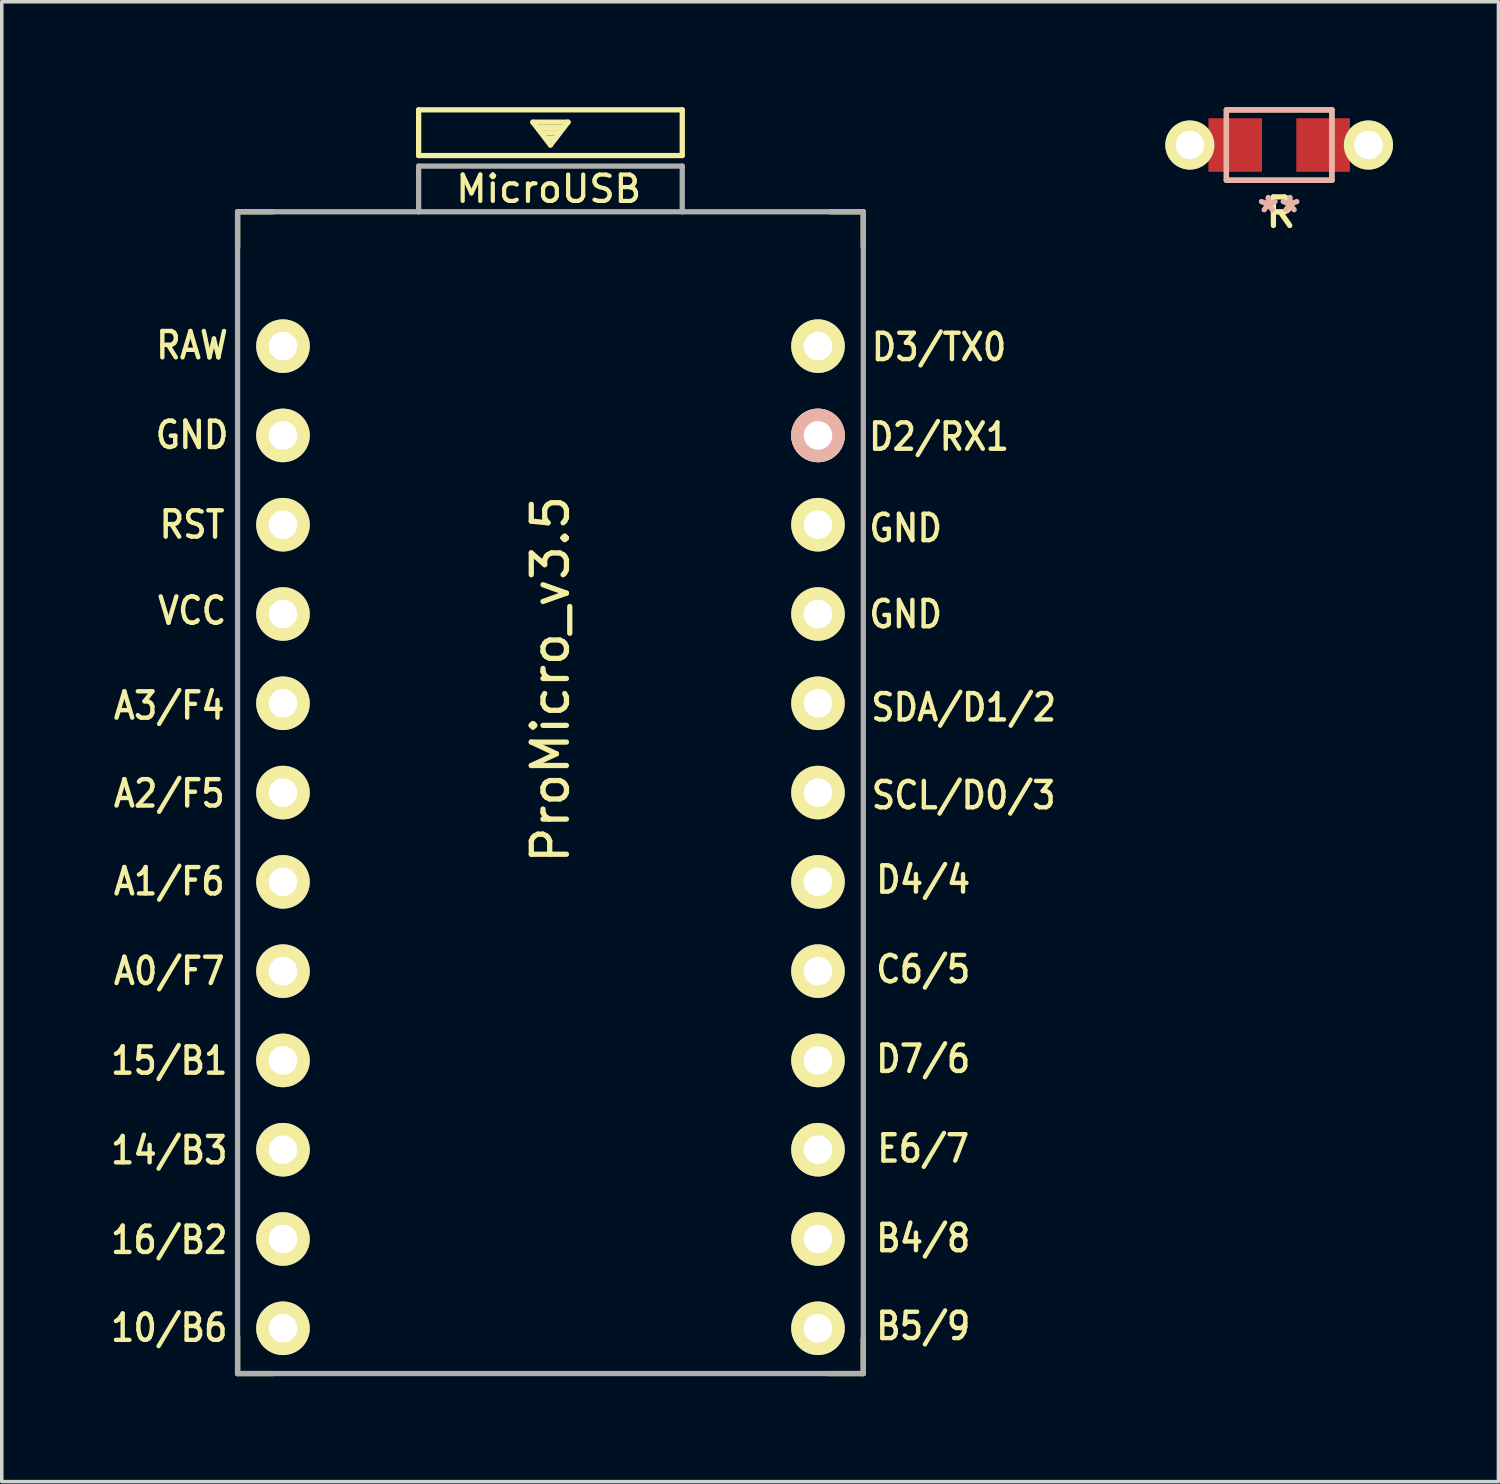
<source format=kicad_pcb>
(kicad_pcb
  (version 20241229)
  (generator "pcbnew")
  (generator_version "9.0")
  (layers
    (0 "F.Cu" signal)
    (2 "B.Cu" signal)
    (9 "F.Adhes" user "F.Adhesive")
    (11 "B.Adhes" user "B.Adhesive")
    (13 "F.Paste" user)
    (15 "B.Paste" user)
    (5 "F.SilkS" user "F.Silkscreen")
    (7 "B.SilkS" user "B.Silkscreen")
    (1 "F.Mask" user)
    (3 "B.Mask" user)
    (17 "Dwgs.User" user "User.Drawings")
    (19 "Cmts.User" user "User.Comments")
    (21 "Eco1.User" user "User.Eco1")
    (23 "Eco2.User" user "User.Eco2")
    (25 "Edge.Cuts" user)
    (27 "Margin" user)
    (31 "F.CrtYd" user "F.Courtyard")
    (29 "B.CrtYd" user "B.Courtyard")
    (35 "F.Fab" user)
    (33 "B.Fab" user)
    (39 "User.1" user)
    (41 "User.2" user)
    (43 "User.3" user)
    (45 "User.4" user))
  (footprint "ProMicro_v3.5"
    (layer "F.Cu")
    (at 12.609 21.275)
    (property "Reference" "ProMicro_v3.5" (at 0 -5 270) (layer "F.SilkS") (effects (font (size 1 1) (thickness 0.15))))
    (attr through_hole)
    (fp_line (start -8.9 -18.3) (end -8.9 -17.3) (stroke (width 0.15) (type solid)) (layer "F.SilkS"))
    (fp_line (start -8.9 -18.3) (end -7.9 -18.3) (stroke (width 0.15) (type solid)) (layer "F.SilkS"))
    (fp_line (start -8.9 13.7) (end -8.9 14.75) (stroke (width 0.15) (type solid)) (layer "F.SilkS"))
    (fp_line (start -8.9 14.75) (end -7.9 14.75) (stroke (width 0.15) (type solid)) (layer "F.SilkS"))
    (fp_line (start -3.75 -21.2) (end -3.75 -19.9) (stroke (width 0.15) (type solid)) (layer "F.SilkS"))
    (fp_line (start -3.75 -19.9) (end 3.75 -19.9) (stroke (width 0.15) (type solid)) (layer "F.SilkS"))
    (fp_line (start -0.5 -20.85) (end 0.5 -20.85) (stroke (width 0.15) (type solid)) (layer "F.SilkS"))
    (fp_line (start -0.35 -20.7) (end 0.35 -20.7) (stroke (width 0.15) (type solid)) (layer "F.SilkS"))
    (fp_line (start -0.25 -20.55) (end 0.25 -20.55) (stroke (width 0.15) (type solid)) (layer "F.SilkS"))
    (fp_line (start -0.15 -20.4) (end 0.15 -20.4) (stroke (width 0.15) (type solid)) (layer "F.SilkS"))
    (fp_line (start 0 -20.2) (end -0.5 -20.85) (stroke (width 0.15) (type solid)) (layer "F.SilkS"))
    (fp_line (start 0.5 -20.85) (end 0 -20.2) (stroke (width 0.15) (type solid)) (layer "F.SilkS"))
    (fp_line (start 3.75 -21.2) (end -3.75 -21.2) (stroke (width 0.15) (type solid)) (layer "F.SilkS"))
    (fp_line (start 3.75 -19.9) (end 3.75 -21.2) (stroke (width 0.15) (type solid)) (layer "F.SilkS"))
    (fp_line (start 8.9 -18.3) (end 7.95 -18.3) (stroke (width 0.15) (type solid)) (layer "F.SilkS"))
    (fp_line (start 8.9 -18.3) (end 8.9 -17.3) (stroke (width 0.15) (type solid)) (layer "F.SilkS"))
    (fp_line (start 8.9 13.75) (end 8.9 14.75) (stroke (width 0.15) (type solid)) (layer "F.SilkS"))
    (fp_line (start 8.9 14.75) (end 7.89 14.75) (stroke (width 0.15) (type solid)) (layer "F.SilkS"))
    (fp_line (start -8.9 -18.3) (end -3.75 -18.3) (stroke (width 0.15) (type solid)) (layer "F.Fab"))
    (fp_line (start -8.9 14.75) (end -8.9 -18.3) (stroke (width 0.15) (type solid)) (layer "F.Fab"))
    (fp_line (start -3.75 -19.6) (end -3.75 -18.299) (stroke (width 0.15) (type solid)) (layer "F.Fab"))
    (fp_line (start -3.75 -19.6) (end 3.75 -19.6) (stroke (width 0.15) (type solid)) (layer "F.Fab"))
    (fp_line (start -3.75 -18.3) (end 3.75 -18.3) (stroke (width 0.15) (type solid)) (layer "F.Fab"))
    (fp_line (start 3.75 -19.6) (end 3.75 -18.3) (stroke (width 0.15) (type solid)) (layer "F.Fab"))
    (fp_line (start 3.76 -18.3) (end 8.9 -18.3) (stroke (width 0.15) (type solid)) (layer "F.Fab"))
    (fp_line (start 8.9 -18.3) (end 8.9 14.75) (stroke (width 0.15) (type solid)) (layer "F.Fab"))
    (fp_line (start 8.9 14.75) (end -8.9 14.75) (stroke (width 0.15) (type solid)) (layer "F.Fab"))
    (fp_text user "A2/F5" (at -10.845 -1.75 0) (unlocked yes) (layer "F.SilkS") (effects (font (size 0.75 0.67) (thickness 0.125))))
    (fp_text user "GND" (at 10.105 -6.85 0) (unlocked yes) (layer "F.SilkS") (effects (font (size 0.75 0.67) (thickness 0.125))))
    (fp_text user "14/B3" (at -10.845 8.4 0) (unlocked yes) (layer "F.SilkS") (effects (font (size 0.75 0.67) (thickness 0.125))))
    (fp_text user "" (at -0.545 -17.4 0) (layer "F.SilkS") (effects (font (size 1 1) (thickness 0.15))))
    (fp_text user "D4/4" (at 10.605 0.7 0) (unlocked yes) (layer "F.SilkS") (effects (font (size 0.75 0.67) (thickness 0.125))))
    (fp_text user "A3/F4" (at -10.845 -4.25 0) (unlocked yes) (layer "F.SilkS") (effects (font (size 0.75 0.67) (thickness 0.125))))
    (fp_text user "A0/F7" (at -10.845 3.3 0) (unlocked yes) (layer "F.SilkS") (effects (font (size 0.75 0.67) (thickness 0.125))))
    (fp_text user "SDA/D1/2" (at 11.755 -4.2 0) (unlocked yes) (layer "F.SilkS") (effects (font (size 0.75 0.67) (thickness 0.125))))
    (fp_text user "E6/7" (at 10.605 8.35 0) (unlocked yes) (layer "F.SilkS") (effects (font (size 0.75 0.67) (thickness 0.125))))
    (fp_text user "B5/9" (at 10.605 13.4 0) (unlocked yes) (layer "F.SilkS") (effects (font (size 0.75 0.67) (thickness 0.125))))
    (fp_text user "D7/6" (at 10.605 5.8 0) (unlocked yes) (layer "F.SilkS") (effects (font (size 0.75 0.67) (thickness 0.125))))
    (fp_text user "MicroUSB" (at -0.05 -18.95 0) (layer "F.SilkS") (effects (font (size 0.75 0.75) (thickness 0.12))))
    (fp_text user "16/B2" (at -10.845 10.95 0) (unlocked yes) (layer "F.SilkS") (effects (font (size 0.75 0.67) (thickness 0.125))))
    (fp_text user "A1/F6" (at -10.845 0.75 0) (unlocked yes) (layer "F.SilkS") (effects (font (size 0.75 0.67) (thickness 0.125))))
    (fp_text user "GND" (at 10.105 -9.3 0) (unlocked yes) (layer "F.SilkS") (effects (font (size 0.75 0.67) (thickness 0.125))))
    (fp_text user "RST" (at -10.195 -9.4 0) (unlocked yes) (layer "F.SilkS") (effects (font (size 0.75 0.67) (thickness 0.125))))
    (fp_text user "VCC" (at -10.195 -6.95 0) (unlocked yes) (layer "F.SilkS") (effects (font (size 0.75 0.67) (thickness 0.125))))
    (fp_text user "B4/8" (at 10.605 10.9 0) (unlocked yes) (layer "F.SilkS") (effects (font (size 0.75 0.67) (thickness 0.125))))
    (fp_text user "D2/RX1" (at 11.055 -11.9 0) (unlocked yes) (layer "F.SilkS") (effects (font (size 0.75 0.67) (thickness 0.125))))
    (fp_text user "SCL/D0/3" (at 11.755 -1.7 0) (unlocked yes) (layer "F.SilkS") (effects (font (size 0.75 0.67) (thickness 0.125))))
    (fp_text user "RAW" (at -10.195 -14.5 0) (unlocked yes) (layer "F.SilkS") (effects (font (size 0.75 0.67) (thickness 0.125))))
    (fp_text user "15/B1" (at -10.845 5.85 0) (unlocked yes) (layer "F.SilkS") (effects (font (size 0.75 0.67) (thickness 0.125))))
    (fp_text user "GND" (at -10.195 -11.95 0) (unlocked yes) (layer "F.SilkS") (effects (font (size 0.75 0.67) (thickness 0.125))))
    (fp_text user "C6/5" (at 10.605 3.25 0) (unlocked yes) (layer "F.SilkS") (effects (font (size 0.75 0.67) (thickness 0.125))))
    (fp_text user "D3/TX0" (at 11.055 -14.45 0) (unlocked yes) (layer "F.SilkS") (effects (font (size 0.75 0.67) (thickness 0.125))))
    (fp_text user "10/B6" (at -10.845 13.45 0) (unlocked yes) (layer "F.SilkS") (effects (font (size 0.75 0.67) (thickness 0.125))))
    (fp_text user "" (at -1.252 -16.256 0) (layer "B.SilkS") (effects (font (size 1 1) (thickness 0.15)) (justify mirror)))
    (pad "1" thru_hole circle (at 7.611 -14.478) (size 1.524 1.524) (drill 0.813) (layers "*.Cu" "B.Mask" "F.SilkS"))
    (pad "2" thru_hole circle (at 7.611 -11.938) (size 1.524 1.524) (drill 0.813) (layers "*.Cu" "*.SilkS" "*.Mask"))
    (pad "3" thru_hole circle (at 7.611 -9.398) (size 1.524 1.524) (drill 0.813) (layers "*.Cu" "B.Mask" "F.SilkS"))
    (pad "4" thru_hole circle (at 7.611 -6.858) (size 1.524 1.524) (drill 0.813) (layers "*.Cu" "B.Mask" "F.SilkS"))
    (pad "5" thru_hole circle (at 7.611 -4.318) (size 1.524 1.524) (drill 0.813) (layers "*.Cu" "B.Mask" "F.SilkS"))
    (pad "6" thru_hole circle (at 7.611 -1.778) (size 1.524 1.524) (drill 0.813) (layers "*.Cu" "B.Mask" "F.SilkS"))
    (pad "7" thru_hole circle (at 7.611 0.762) (size 1.524 1.524) (drill 0.813) (layers "*.Cu" "B.Mask" "F.SilkS"))
    (pad "8" thru_hole circle (at 7.611 3.302) (size 1.524 1.524) (drill 0.813) (layers "*.Cu" "B.Mask" "F.SilkS"))
    (pad "9" thru_hole circle (at 7.611 5.842) (size 1.524 1.524) (drill 0.813) (layers "*.Cu" "B.Mask" "F.SilkS"))
    (pad "10" thru_hole circle (at 7.611 8.382) (size 1.524 1.524) (drill 0.813) (layers "*.Cu" "B.Mask" "F.SilkS"))
    (pad "11" thru_hole circle (at 7.611 10.922) (size 1.524 1.524) (drill 0.813) (layers "*.Cu" "B.Mask" "F.SilkS"))
    (pad "12" thru_hole circle (at 7.611 13.462) (size 1.524 1.524) (drill 0.813) (layers "*.Cu" "B.Mask" "F.SilkS"))
    (pad "13" thru_hole circle (at -7.609 13.462) (size 1.524 1.524) (drill 0.813) (layers "*.Cu" "B.Mask" "F.SilkS"))
    (pad "14" thru_hole circle (at -7.609 10.922) (size 1.524 1.524) (drill 0.813) (layers "*.Cu" "B.Mask" "F.SilkS"))
    (pad "15" thru_hole circle (at -7.609 8.382) (size 1.524 1.524) (drill 0.813) (layers "*.Cu" "B.Mask" "F.SilkS"))
    (pad "16" thru_hole circle (at -7.609 5.842) (size 1.524 1.524) (drill 0.813) (layers "*.Cu" "B.Mask" "F.SilkS"))
    (pad "17" thru_hole circle (at -7.609 3.302) (size 1.524 1.524) (drill 0.813) (layers "*.Cu" "B.Mask" "F.SilkS"))
    (pad "18" thru_hole circle (at -7.609 0.762) (size 1.524 1.524) (drill 0.813) (layers "*.Cu" "B.Mask" "F.SilkS"))
    (pad "19" thru_hole circle (at -7.609 -1.778) (size 1.524 1.524) (drill 0.813) (layers "*.Cu" "B.Mask" "F.SilkS"))
    (pad "20" thru_hole circle (at -7.609 -4.318) (size 1.524 1.524) (drill 0.813) (layers "*.Cu" "B.Mask" "F.SilkS"))
    (pad "21" thru_hole circle (at -7.609 -6.858) (size 1.524 1.524) (drill 0.813) (layers "*.Cu" "B.Mask" "F.SilkS"))
    (pad "22" thru_hole circle (at -7.609 -9.398) (size 1.524 1.524) (drill 0.813) (layers "*.Cu" "B.Mask" "F.SilkS"))
    (pad "23" thru_hole circle (at -7.609 -11.938) (size 1.524 1.524) (drill 0.813) (layers "*.Cu" "B.Mask" "F.SilkS"))
    (pad "24" thru_hole circle (at -7.609 -14.478) (size 1.524 1.524) (drill 0.813) (layers "*.Cu" "B.Mask" "F.SilkS")))
  (footprint "R"
    (layer "F.Cu")
    (at 33.339 1.076)
    (property "Reference" "R" (at 0.05 1.92 0) (layer "F.SilkS") (effects (font (size 0.813 0.813) (thickness 0.15))))
    (attr through_hole)
    (fp_line (start -1.501 -1.001) (end -1.501 1.001) (stroke (width 0.15) (type solid)) (layer "F.SilkS"))
    (fp_line (start -1.501 1.001) (end 1.501 1.001) (stroke (width 0.15) (type solid)) (layer "F.SilkS"))
    (fp_line (start 1.501 -1.001) (end -1.501 -1.001) (stroke (width 0.15) (type solid)) (layer "F.SilkS"))
    (fp_line (start 1.501 1.001) (end 1.501 -1.001) (stroke (width 0.15) (type solid)) (layer "F.SilkS"))
    (fp_line (start -1.5 -1) (end 1.5 -1) (stroke (width 0.15) (type solid)) (layer "B.SilkS"))
    (fp_line (start -1.5 1) (end -1.5 -1) (stroke (width 0.15) (type solid)) (layer "B.SilkS"))
    (fp_line (start 1.5 -1) (end 1.5 1) (stroke (width 0.15) (type solid)) (layer "B.SilkS"))
    (fp_line (start 1.5 1) (end -1.5 1) (stroke (width 0.15) (type solid)) (layer "B.SilkS"))
    (fp_text user "**" (at 0 1.937 0) (layer "B.SilkS") (effects (font (size 0.813 0.813) (thickness 0.15)) (justify mirror)))
    (pad "1" thru_hole circle (at -2.54 0) (size 1.397 1.397) (drill 0.813) (layers "*.Cu" "*.Mask" "F.SilkS"))
    (pad "1" smd rect (at -1.25 0) (size 1.524 1.524) (layers "*.Paste" "*.Mask" "F.Cu"))
    (pad "2" smd rect (at 1.25 0 90) (size 1.524 1.524) (layers "*.Paste" "*.Mask" "F.Cu"))
    (pad "2" thru_hole circle (at 2.54 0) (size 1.397 1.397) (drill 0.813) (layers "*.Cu" "*.Mask" "F.SilkS")))
  (gr_rect
    (start -3 -3)
    (end 39.577 39.1)
    (stroke (width 0.1) (type default))
    (fill no)
    (layer "Edge.Cuts")))
</source>
